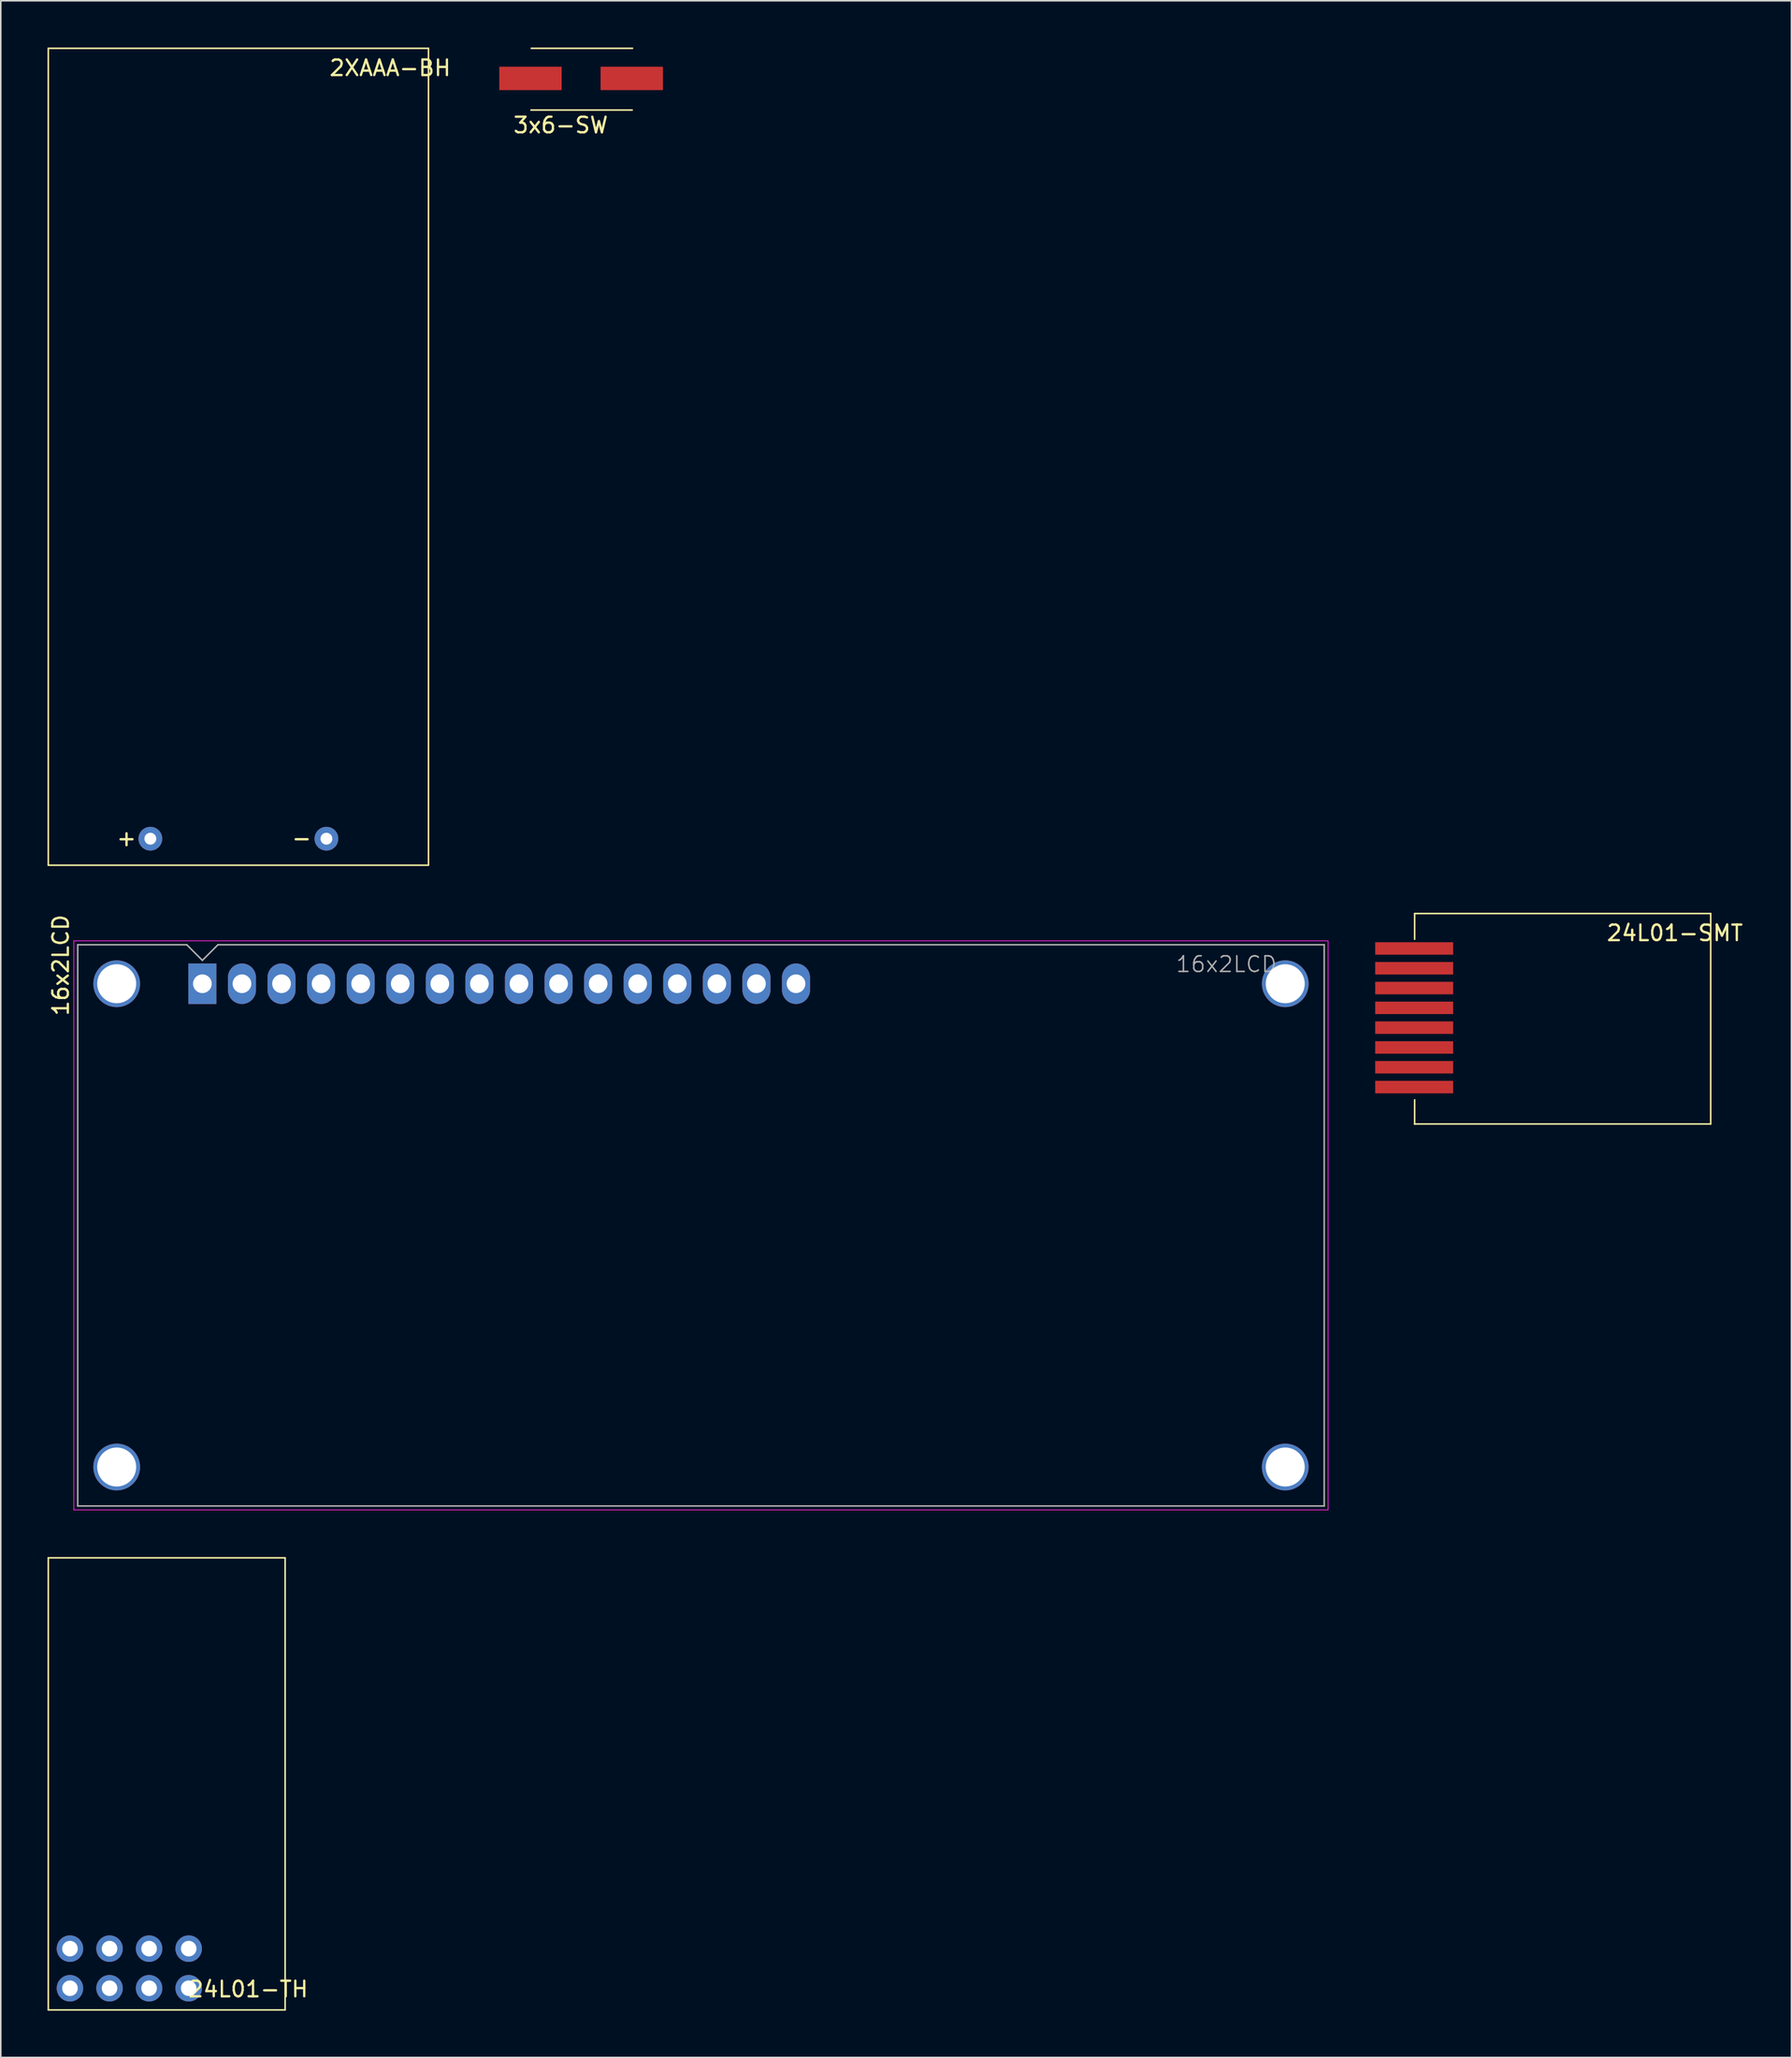
<source format=kicad_pcb>
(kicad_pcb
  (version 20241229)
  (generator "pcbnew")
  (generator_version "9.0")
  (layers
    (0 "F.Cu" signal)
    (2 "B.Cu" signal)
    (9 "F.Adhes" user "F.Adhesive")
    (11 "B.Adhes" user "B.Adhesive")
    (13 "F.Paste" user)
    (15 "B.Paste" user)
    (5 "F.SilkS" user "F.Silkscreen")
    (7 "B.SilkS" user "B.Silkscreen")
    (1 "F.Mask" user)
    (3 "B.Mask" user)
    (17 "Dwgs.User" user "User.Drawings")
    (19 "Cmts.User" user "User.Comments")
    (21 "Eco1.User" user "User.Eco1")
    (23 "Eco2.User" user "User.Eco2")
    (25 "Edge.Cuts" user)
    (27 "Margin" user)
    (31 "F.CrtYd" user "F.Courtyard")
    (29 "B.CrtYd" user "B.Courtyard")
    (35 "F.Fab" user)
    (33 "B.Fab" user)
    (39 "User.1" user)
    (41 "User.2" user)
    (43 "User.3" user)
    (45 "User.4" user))
  (footprint "16x2LCD"
    (layer "F.Cu")
    (at 9.938 60.053)
    (property "Reference" "16x2LCD" (at -9.09 -1.19 90) (layer "F.SilkS") (effects (font (size 1 1) (thickness 0.15))))
    (attr through_hole)
    (fp_line (start -8.25 -2.75) (end -8.25 33.75) (stroke (width 0.05) (type solid)) (layer "F.CrtYd"))
    (fp_line (start -8.25 -2.75) (end 72.25 -2.75) (stroke (width 0.05) (type solid)) (layer "F.CrtYd"))
    (fp_line (start -8.25 33.75) (end 72.25 33.75) (stroke (width 0.05) (type solid)) (layer "F.CrtYd"))
    (fp_line (start 72.25 -2.75) (end 72.25 33.75) (stroke (width 0.05) (type solid)) (layer "F.CrtYd"))
    (fp_line (start -8 33.5) (end -8 -2.5) (stroke (width 0.1) (type solid)) (layer "F.Fab"))
    (fp_line (start -1 -2.5) (end -8 -2.5) (stroke (width 0.1) (type solid)) (layer "F.Fab"))
    (fp_line (start 0 -1.5) (end -1 -2.5) (stroke (width 0.1) (type solid)) (layer "F.Fab"))
    (fp_line (start 1 -2.5) (end 0 -1.5) (stroke (width 0.1) (type solid)) (layer "F.Fab"))
    (fp_line (start 1 -2.5) (end 72 -2.5) (stroke (width 0.1) (type solid)) (layer "F.Fab"))
    (fp_line (start 72 -2.5) (end 72 33.5) (stroke (width 0.1) (type solid)) (layer "F.Fab"))
    (fp_line (start 72 33.5) (end -8 33.5) (stroke (width 0.1) (type solid)) (layer "F.Fab"))
    (fp_text user "${REFERENCE}" (at 65.725 -1.25 0) (layer "F.Fab") (effects (font (size 1 1) (thickness 0.1))))
    (pad "" thru_hole circle (at -5.499 0) (size 3 3) (drill 2.5) (layers "*.Cu" "*.Mask"))
    (pad "" thru_hole circle (at -5.499 31.001) (size 3 3) (drill 2.5) (layers "*.Cu" "*.Mask"))
    (pad "" thru_hole circle (at 69.499 31.001) (size 3 3) (drill 2.5) (layers "*.Cu" "*.Mask"))
    (pad "" thru_hole circle (at 69.5 0) (size 3 3) (drill 2.5) (layers "*.Cu" "*.Mask"))
    (pad "1" thru_hole rect (at 0 0) (size 1.8 2.6) (drill 1.2) (layers "*.Cu" "*.Mask"))
    (pad "2" thru_hole oval (at 2.54 0) (size 1.8 2.6) (drill 1.2) (layers "*.Cu" "*.Mask"))
    (pad "3" thru_hole oval (at 5.08 0) (size 1.8 2.6) (drill 1.2) (layers "*.Cu" "*.Mask"))
    (pad "4" thru_hole oval (at 7.62 0) (size 1.8 2.6) (drill 1.2) (layers "*.Cu" "*.Mask"))
    (pad "5" thru_hole oval (at 10.16 0) (size 1.8 2.6) (drill 1.2) (layers "*.Cu" "*.Mask"))
    (pad "6" thru_hole oval (at 12.7 0) (size 1.8 2.6) (drill 1.2) (layers "*.Cu" "*.Mask"))
    (pad "7" thru_hole oval (at 15.24 0) (size 1.8 2.6) (drill 1.2) (layers "*.Cu" "*.Mask"))
    (pad "8" thru_hole oval (at 17.78 0) (size 1.8 2.6) (drill 1.2) (layers "*.Cu" "*.Mask"))
    (pad "9" thru_hole oval (at 20.32 0) (size 1.8 2.6) (drill 1.2) (layers "*.Cu" "*.Mask"))
    (pad "10" thru_hole oval (at 22.86 0) (size 1.8 2.6) (drill 1.2) (layers "*.Cu" "*.Mask"))
    (pad "11" thru_hole oval (at 25.4 0) (size 1.8 2.6) (drill 1.2) (layers "*.Cu" "*.Mask"))
    (pad "12" thru_hole oval (at 27.94 0) (size 1.8 2.6) (drill 1.2) (layers "*.Cu" "*.Mask"))
    (pad "13" thru_hole oval (at 30.48 0) (size 1.8 2.6) (drill 1.2) (layers "*.Cu" "*.Mask"))
    (pad "14" thru_hole oval (at 33.02 0) (size 1.8 2.6) (drill 1.2) (layers "*.Cu" "*.Mask"))
    (pad "15" thru_hole oval (at 35.56 0) (size 1.8 2.6) (drill 1.2) (layers "*.Cu" "*.Mask"))
    (pad "16" thru_hole oval (at 38.1 0) (size 1.8 2.6) (drill 1.2) (layers "*.Cu" "*.Mask")))
  (footprint "24L01-TH"
    (layer "F.Cu")
    (at 1.44 124.488)
    (property "Reference" "24L01-TH" (at 11.44 0.06 0) (layer "F.SilkS") (effects (font (size 1 1) (thickness 0.15))))
    (attr through_hole)
    (fp_line (start -1.39 -27.61) (end -1.39 1.39) (stroke (width 0.1) (type solid)) (layer "F.SilkS"))
    (fp_line (start -1.39 1.39) (end 13.81 1.39) (stroke (width 0.1) (type solid)) (layer "F.SilkS"))
    (fp_line (start 13.81 -27.61) (end -1.39 -27.61) (stroke (width 0.1) (type solid)) (layer "F.SilkS"))
    (fp_line (start 13.81 1.39) (end 13.81 -27.61) (stroke (width 0.1) (type solid)) (layer "F.SilkS"))
    (pad "1" thru_hole circle (at 0 0 90) (size 1.7 1.7) (drill 1) (layers "*.Cu" "*.Mask"))
    (pad "2" thru_hole circle (at 0 -2.54 90) (size 1.7 1.7) (drill 1) (layers "*.Cu" "*.Mask"))
    (pad "3" thru_hole circle (at 2.54 0 90) (size 1.7 1.7) (drill 1) (layers "*.Cu" "*.Mask"))
    (pad "4" thru_hole circle (at 2.54 -2.54 90) (size 1.7 1.7) (drill 1) (layers "*.Cu" "*.Mask"))
    (pad "5" thru_hole circle (at 5.08 0 90) (size 1.7 1.7) (drill 1) (layers "*.Cu" "*.Mask"))
    (pad "6" thru_hole circle (at 5.08 -2.54 90) (size 1.7 1.7) (drill 1) (layers "*.Cu" "*.Mask"))
    (pad "7" thru_hole circle (at 7.62 0 90) (size 1.7 1.7) (drill 1) (layers "*.Cu" "*.Mask"))
    (pad "8" thru_hole circle (at 7.62 -2.54 90) (size 1.7 1.7) (drill 1) (layers "*.Cu" "*.Mask")))
  (footprint "3x6-SW"
    (layer "F.Cu")
    (at 30.976 1.94)
    (property "Reference" "3x6-SW" (at 1.96 3.04 0) (layer "F.SilkS") (effects (font (size 1 1) (thickness 0.15))))
    (attr through_hole)
    (fp_line (start 0.05 2.07) (end 6.55 2.07) (stroke (width 0.1) (type solid)) (layer "F.SilkS"))
    (fp_line (start 0.07 -1.89) (end 6.57 -1.89) (stroke (width 0.1) (type solid)) (layer "F.SilkS"))
    (pad "1" smd rect (at 0.02 0.04) (size 4 1.5) (layers "F.Cu" "F.Mask" "F.Paste"))
    (pad "2" smd rect (at 6.52 0.04) (size 4 1.5) (layers "F.Cu" "F.Mask" "F.Paste")))
  (footprint "2XAAA-BH"
    (layer "F.Cu")
    (at 12.25 26.25)
    (property "Reference" "2XAAA-BH" (at 9.74 -24.94 0) (layer "F.SilkS") (effects (font (size 1 1) (thickness 0.15))))
    (attr through_hole)
    (fp_line (start -12.2 -26.2) (end 12.2 -26.2) (stroke (width 0.1) (type solid)) (layer "F.SilkS"))
    (fp_line (start -12.2 26.2) (end -12.2 -26.2) (stroke (width 0.1) (type solid)) (layer "F.SilkS"))
    (fp_line (start 12.2 -26.2) (end 12.2 26.2) (stroke (width 0.1) (type solid)) (layer "F.SilkS"))
    (fp_line (start 12.2 26.2) (end -12.2 26.2) (stroke (width 0.1) (type solid)) (layer "F.SilkS"))
    (fp_text user "-" (at 4.06 24.46 0) (layer "F.SilkS") (effects (font (size 1 1) (thickness 0.15))))
    (fp_text user "+" (at -7.18 24.46 0) (layer "F.SilkS") (effects (font (size 1 1) (thickness 0.15))))
    (pad "1" thru_hole circle (at -5.65 24.5) (size 1.524 1.524) (drill 0.762) (layers "*.Cu" "*.Mask"))
    (pad "2" thru_hole circle (at 5.65 24.5) (size 1.524 1.524) (drill 0.762) (layers "*.Cu" "*.Mask")))
  (footprint "24L01-SMT"
    (layer "F.Cu")
    (at 87.713 57.8)
    (property "Reference" "24L01-SMT" (at 16.73 -1 0) (layer "F.SilkS") (effects (font (size 1 1) (thickness 0.15))))
    (attr through_hole)
    (fp_line (start 0.03 -2.25) (end 0.03 -0.6) (stroke (width 0.1) (type solid)) (layer "F.SilkS"))
    (fp_line (start 0.03 11.25) (end 19.03 11.25) (stroke (width 0.1) (type solid)) (layer "F.SilkS"))
    (fp_line (start 0.03 11.26) (end 0.03 9.7) (stroke (width 0.1) (type solid)) (layer "F.SilkS"))
    (fp_line (start 19.03 -2.25) (end 0.03 -2.25) (stroke (width 0.1) (type solid)) (layer "F.SilkS"))
    (fp_line (start 19.03 11.25) (end 19.03 -2.25) (stroke (width 0.1) (type solid)) (layer "F.SilkS"))
    (pad "1" smd rect (at 0 -0.01) (size 5 0.8) (layers "F.Cu" "F.Mask" "F.Paste"))
    (pad "2" smd rect (at 0 1.26) (size 5 0.8) (layers "F.Cu" "F.Mask" "F.Paste"))
    (pad "3" smd rect (at 0 2.53) (size 5 0.8) (layers "F.Cu" "F.Mask" "F.Paste"))
    (pad "4" smd rect (at 0 3.8) (size 5 0.8) (layers "F.Cu" "F.Mask" "F.Paste"))
    (pad "5" smd rect (at 0 5.07) (size 5 0.8) (layers "F.Cu" "F.Mask" "F.Paste"))
    (pad "6" smd rect (at 0 6.34) (size 5 0.8) (layers "F.Cu" "F.Mask" "F.Paste"))
    (pad "7" smd rect (at 0 7.61) (size 5 0.8) (layers "F.Cu" "F.Mask" "F.Paste"))
    (pad "8" smd rect (at 0 8.88) (size 5 0.8) (layers "F.Cu" "F.Mask" "F.Paste")))
  (gr_rect
    (start -3 -3)
    (end 111.925 128.928)
    (stroke (width 0.1) (type default))
    (fill no)
    (layer "Edge.Cuts")))
</source>
